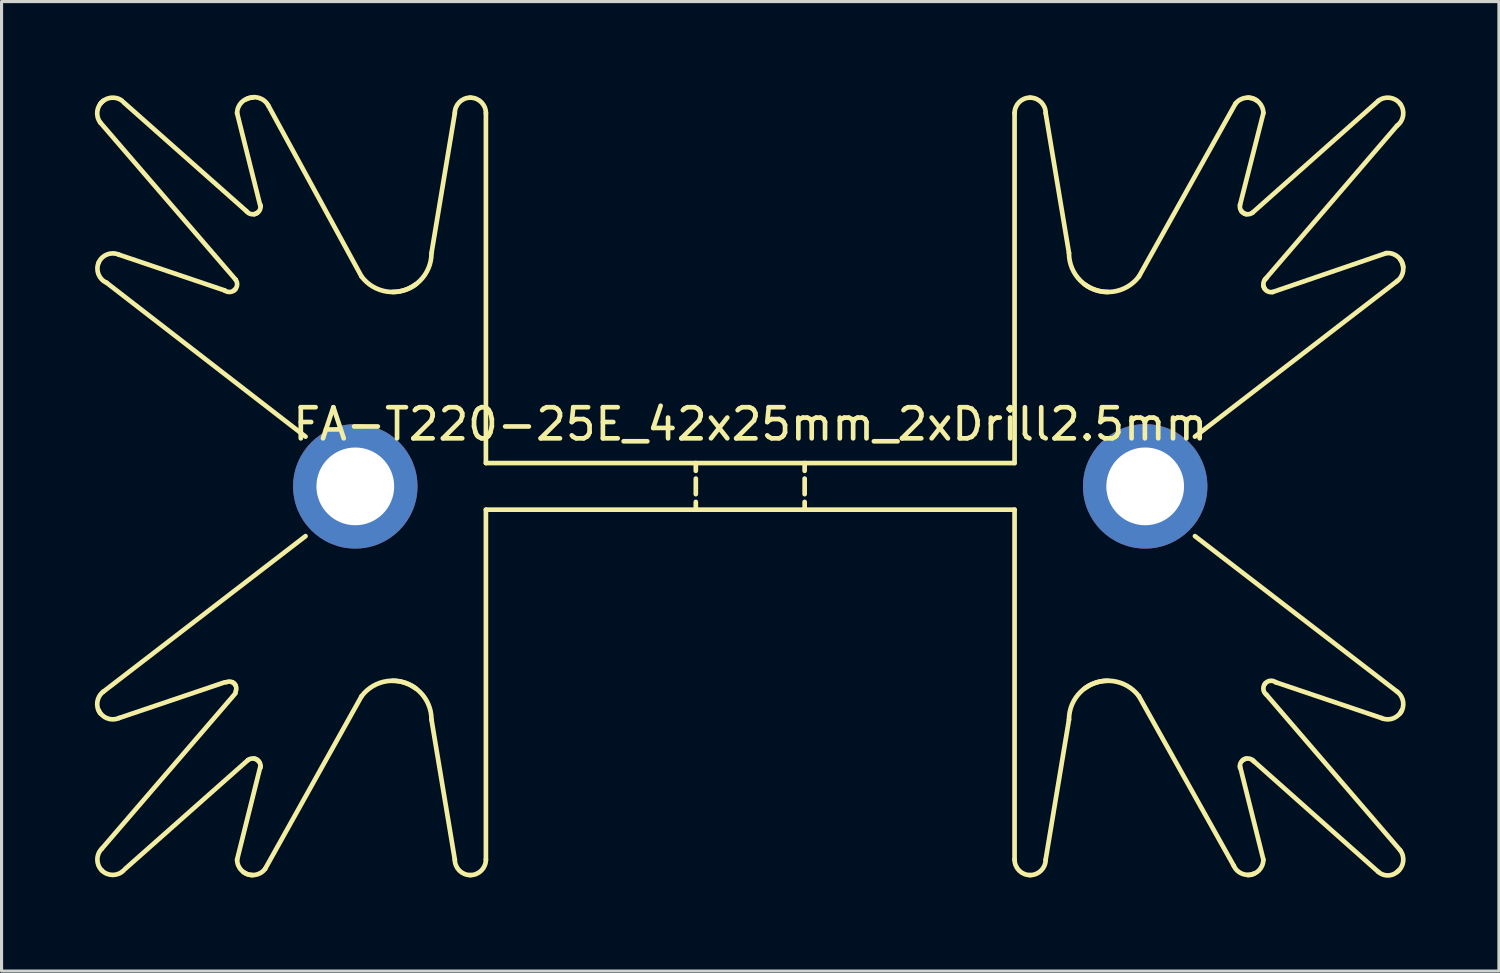
<source format=kicad_pcb>
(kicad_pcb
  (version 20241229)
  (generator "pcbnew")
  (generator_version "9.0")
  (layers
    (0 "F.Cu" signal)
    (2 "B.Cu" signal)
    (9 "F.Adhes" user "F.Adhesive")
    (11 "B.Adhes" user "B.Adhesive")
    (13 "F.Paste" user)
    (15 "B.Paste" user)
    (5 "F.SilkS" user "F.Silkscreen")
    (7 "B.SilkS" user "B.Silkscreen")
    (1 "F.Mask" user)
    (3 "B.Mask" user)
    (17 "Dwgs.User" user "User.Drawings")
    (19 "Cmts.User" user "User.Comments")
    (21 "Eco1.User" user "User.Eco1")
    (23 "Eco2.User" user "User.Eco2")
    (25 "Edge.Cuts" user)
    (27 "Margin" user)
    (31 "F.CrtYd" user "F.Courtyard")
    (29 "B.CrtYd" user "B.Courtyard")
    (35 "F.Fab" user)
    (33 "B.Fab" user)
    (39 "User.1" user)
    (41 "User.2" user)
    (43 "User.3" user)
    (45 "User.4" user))
  (footprint "FA-T220-25E_42x25mm_2xDrill2.5mm"
    (layer "F.Cu")
    (at 21.075 12.59)
    (property "Reference" "FA-T220-25E_42x25mm_2xDrill2.5mm" (at 0 -2 0) (layer "F.SilkS") (effects (font (size 1 1) (thickness 0.15))))
    (attr through_hole)
    (fp_line (start -20.85 11.65) (end -16.55 6.65) (stroke (width 0.15) (type solid)) (layer "F.SilkS"))
    (fp_line (start -20.8 6.6) (end -14.3 1.6) (stroke (width 0.15) (type solid)) (layer "F.SilkS"))
    (fp_line (start -20.7 -6.55) (end -14.3 -1.6) (stroke (width 0.15) (type solid)) (layer "F.SilkS"))
    (fp_line (start -20.3 7.45) (end -16.9 6.3) (stroke (width 0.15) (type solid)) (layer "F.SilkS"))
    (fp_line (start -20.1 12.3) (end -16.15 8.8) (stroke (width 0.15) (type solid)) (layer "F.SilkS"))
    (fp_line (start -16.9 -6.3) (end -20.3 -7.45) (stroke (width 0.15) (type solid)) (layer "F.SilkS"))
    (fp_line (start -16.55 -6.65) (end -20.9 -11.7) (stroke (width 0.15) (type solid)) (layer "F.SilkS"))
    (fp_line (start -16.5 12) (end -15.75 9) (stroke (width 0.15) (type solid)) (layer "F.SilkS"))
    (fp_line (start -16.2 -8.85) (end -20.15 -12.35) (stroke (width 0.15) (type solid)) (layer "F.SilkS"))
    (fp_line (start -15.75 -9) (end -16.5 -12) (stroke (width 0.15) (type solid)) (layer "F.SilkS"))
    (fp_line (start -15.6 12.3) (end -12.5 6.75) (stroke (width 0.15) (type solid)) (layer "F.SilkS"))
    (fp_line (start -15.5 -12.25) (end -12.5 -6.75) (stroke (width 0.15) (type solid)) (layer "F.SilkS"))
    (fp_line (start -10.25 7.5) (end -9.5 12) (stroke (width 0.15) (type solid)) (layer "F.SilkS"))
    (fp_line (start -9.5 -12) (end -10.25 -7.5) (stroke (width 0.15) (type solid)) (layer "F.SilkS"))
    (fp_line (start -8.5 -12) (end -8.5 -0.75) (stroke (width 0.15) (type solid)) (layer "F.SilkS"))
    (fp_line (start -8.5 -0.75) (end 8.5 -0.75) (stroke (width 0.15) (type solid)) (layer "F.SilkS"))
    (fp_line (start -8.5 12) (end -8.5 0.75) (stroke (width 0.15) (type solid)) (layer "F.SilkS"))
    (fp_line (start -1.75 -0.75) (end -1.75 -0.5) (stroke (width 0.15) (type solid)) (layer "F.SilkS"))
    (fp_line (start -1.75 -0.25) (end -1.75 0.25) (stroke (width 0.15) (type solid)) (layer "F.SilkS"))
    (fp_line (start -1.75 0.75) (end -1.75 0.5) (stroke (width 0.15) (type solid)) (layer "F.SilkS"))
    (fp_line (start 1.75 -0.75) (end 1.75 -0.5) (stroke (width 0.15) (type solid)) (layer "F.SilkS"))
    (fp_line (start 1.75 -0.25) (end 1.75 0.25) (stroke (width 0.15) (type solid)) (layer "F.SilkS"))
    (fp_line (start 1.75 0.5) (end 1.75 0.75) (stroke (width 0.15) (type solid)) (layer "F.SilkS"))
    (fp_line (start 8.5 -12) (end 8.5 -0.75) (stroke (width 0.15) (type solid)) (layer "F.SilkS"))
    (fp_line (start 8.5 0.75) (end -8.5 0.75) (stroke (width 0.15) (type solid)) (layer "F.SilkS"))
    (fp_line (start 8.5 12) (end 8.5 0.75) (stroke (width 0.15) (type solid)) (layer "F.SilkS"))
    (fp_line (start 9.5 -12) (end 10.25 -7.5) (stroke (width 0.15) (type solid)) (layer "F.SilkS"))
    (fp_line (start 10.25 7.5) (end 9.5 12) (stroke (width 0.15) (type solid)) (layer "F.SilkS"))
    (fp_line (start 12.5 -6.75) (end 15.6 -12.3) (stroke (width 0.15) (type solid)) (layer "F.SilkS"))
    (fp_line (start 15.55 12.2) (end 12.5 6.75) (stroke (width 0.15) (type solid)) (layer "F.SilkS"))
    (fp_line (start 16.15 -8.8) (end 20.2 -12.4) (stroke (width 0.15) (type solid)) (layer "F.SilkS"))
    (fp_line (start 16.15 8.8) (end 20.2 12.4) (stroke (width 0.15) (type solid)) (layer "F.SilkS"))
    (fp_line (start 16.5 -12) (end 15.75 -9.05) (stroke (width 0.15) (type solid)) (layer "F.SilkS"))
    (fp_line (start 16.5 12) (end 15.75 9) (stroke (width 0.15) (type solid)) (layer "F.SilkS"))
    (fp_line (start 16.55 -6.65) (end 20.8 -11.6) (stroke (width 0.15) (type solid)) (layer "F.SilkS"))
    (fp_line (start 16.6 6.7) (end 20.9 11.7) (stroke (width 0.15) (type solid)) (layer "F.SilkS"))
    (fp_line (start 16.8 -6.25) (end 20.45 -7.5) (stroke (width 0.15) (type solid)) (layer "F.SilkS"))
    (fp_line (start 16.9 6.3) (end 20.3 7.45) (stroke (width 0.15) (type solid)) (layer "F.SilkS"))
    (fp_line (start 20.8 -6.6) (end 14.3 -1.6) (stroke (width 0.15) (type solid)) (layer "F.SilkS"))
    (fp_line (start 20.8 6.6) (end 14.3 1.6) (stroke (width 0.15) (type solid)) (layer "F.SilkS"))
    (fp_arc (start -20.95 -7.2) (mid -20.676777 -7.459619) (end -20.3 -7.45) (stroke (width 0.15) (type solid)) (layer "F.SilkS"))
    (fp_arc (start -20.9 -12.3) (mid -20.570711 -12.494975) (end -20.2 -12.4) (stroke (width 0.15) (type solid)) (layer "F.SilkS"))
    (fp_arc (start -20.9 -11.7) (mid -20.994975 -12.070711) (end -20.8 -12.4) (stroke (width 0.15) (type solid)) (layer "F.SilkS"))
    (fp_arc (start -20.9 7.3) (mid -20.994975 6.929289) (end -20.8 6.6) (stroke (width 0.15) (type solid)) (layer "F.SilkS"))
    (fp_arc (start -20.85 12.35) (mid -20.994975 12) (end -20.85 11.65) (stroke (width 0.15) (type solid)) (layer "F.SilkS"))
    (fp_arc (start -20.7 -6.55) (mid -20.959619 -6.823223) (end -20.95 -7.2) (stroke (width 0.15) (type solid)) (layer "F.SilkS"))
    (fp_arc (start -20.3 7.45) (mid -20.676777 7.459619) (end -20.95 7.2) (stroke (width 0.15) (type solid)) (layer "F.SilkS"))
    (fp_arc (start -20.15 12.35) (mid -20.5 12.494975) (end -20.85 12.35) (stroke (width 0.15) (type solid)) (layer "F.SilkS"))
    (fp_arc (start -16.85 6.3) (mid -16.679289 6.287868) (end -16.55 6.4) (stroke (width 0.15) (type solid)) (layer "F.SilkS"))
    (fp_arc (start -16.65 6.3) (mid -16.537868 6.429289) (end -16.55 6.6) (stroke (width 0.15) (type solid)) (layer "F.SilkS"))
    (fp_arc (start -16.55 -6.65) (mid -16.502513 -6.464645) (end -16.6 -6.3) (stroke (width 0.15) (type solid)) (layer "F.SilkS"))
    (fp_arc (start -16.55 -6.35) (mid -16.714645 -6.252513) (end -16.9 -6.3) (stroke (width 0.15) (type solid)) (layer "F.SilkS"))
    (fp_arc (start -16.5 -12) (mid -16.353553 -12.353553) (end -16 -12.5) (stroke (width 0.15) (type solid)) (layer "F.SilkS"))
    (fp_arc (start -16.2 -12.45) (mid -15.808579 -12.494975) (end -15.5 -12.25) (stroke (width 0.15) (type solid)) (layer "F.SilkS"))
    (fp_arc (start -16.15 8.8) (mid -15.964645 8.752513) (end -15.8 8.85) (stroke (width 0.15) (type solid)) (layer "F.SilkS"))
    (fp_arc (start -16 12.5) (mid -16.353553 12.353553) (end -16.5 12) (stroke (width 0.15) (type solid)) (layer "F.SilkS"))
    (fp_arc (start -15.95 8.75) (mid -15.787868 8.858579) (end -15.75 9.05) (stroke (width 0.15) (type solid)) (layer "F.SilkS"))
    (fp_arc (start -15.85 -8.8) (mid -16.035355 -8.752513) (end -16.2 -8.85) (stroke (width 0.15) (type solid)) (layer "F.SilkS"))
    (fp_arc (start -15.75 -9.05) (mid -15.787868 -8.858579) (end -15.95 -8.75) (stroke (width 0.15) (type solid)) (layer "F.SilkS"))
    (fp_arc (start -15.6 12.3) (mid -15.929289 12.494975) (end -16.3 12.4) (stroke (width 0.15) (type solid)) (layer "F.SilkS"))
    (fp_arc (start -12.5 6.75) (mid -11.676777 6.262563) (end -10.75 6.5) (stroke (width 0.15) (type solid)) (layer "F.SilkS"))
    (fp_arc (start -11.5 6.25) (mid -10.616117 6.616117) (end -10.25 7.5) (stroke (width 0.15) (type solid)) (layer "F.SilkS"))
    (fp_arc (start -10.75 -6.5) (mid -11.676777 -6.262563) (end -12.5 -6.75) (stroke (width 0.15) (type solid)) (layer "F.SilkS"))
    (fp_arc (start -10.25 -7.5) (mid -10.616117 -6.616117) (end -11.5 -6.25) (stroke (width 0.15) (type solid)) (layer "F.SilkS"))
    (fp_arc (start -9.5 -12) (mid -9.353553 -12.353553) (end -9 -12.5) (stroke (width 0.15) (type solid)) (layer "F.SilkS"))
    (fp_arc (start -9 -12.5) (mid -8.646447 -12.353553) (end -8.5 -12) (stroke (width 0.15) (type solid)) (layer "F.SilkS"))
    (fp_arc (start -9 12.5) (mid -9.353553 12.353553) (end -9.5 12) (stroke (width 0.15) (type solid)) (layer "F.SilkS"))
    (fp_arc (start -8.5 12) (mid -8.646447 12.353553) (end -9 12.5) (stroke (width 0.15) (type solid)) (layer "F.SilkS"))
    (fp_arc (start 8.5 -12) (mid 8.646447 -12.353553) (end 9 -12.5) (stroke (width 0.15) (type solid)) (layer "F.SilkS"))
    (fp_arc (start 9 -12.5) (mid 9.353553 -12.353553) (end 9.5 -12) (stroke (width 0.15) (type solid)) (layer "F.SilkS"))
    (fp_arc (start 9 12.5) (mid 8.646447 12.353553) (end 8.5 12) (stroke (width 0.15) (type solid)) (layer "F.SilkS"))
    (fp_arc (start 9.5 12) (mid 9.353553 12.353553) (end 9 12.5) (stroke (width 0.15) (type solid)) (layer "F.SilkS"))
    (fp_arc (start 10.25 7.5) (mid 10.616117 6.616117) (end 11.5 6.25) (stroke (width 0.15) (type solid)) (layer "F.SilkS"))
    (fp_arc (start 10.75 6.5) (mid 11.676777 6.262563) (end 12.5 6.75) (stroke (width 0.15) (type solid)) (layer "F.SilkS"))
    (fp_arc (start 11.5 -6.25) (mid 10.616117 -6.616117) (end 10.25 -7.5) (stroke (width 0.15) (type solid)) (layer "F.SilkS"))
    (fp_arc (start 12.5 -6.75) (mid 11.676777 -6.262563) (end 10.75 -6.5) (stroke (width 0.15) (type solid)) (layer "F.SilkS"))
    (fp_arc (start 15.6 -12.3) (mid 15.929289 -12.494975) (end 16.3 -12.4) (stroke (width 0.15) (type solid)) (layer "F.SilkS"))
    (fp_arc (start 15.75 9.05) (mid 15.787868 8.858579) (end 15.95 8.75) (stroke (width 0.15) (type solid)) (layer "F.SilkS"))
    (fp_arc (start 15.85 8.8) (mid 16.035355 8.752513) (end 16.2 8.85) (stroke (width 0.15) (type solid)) (layer "F.SilkS"))
    (fp_arc (start 15.95 -8.75) (mid 15.787868 -8.858579) (end 15.75 -9.05) (stroke (width 0.15) (type solid)) (layer "F.SilkS"))
    (fp_arc (start 16 -12.5) (mid 16.353553 -12.353553) (end 16.5 -12) (stroke (width 0.15) (type solid)) (layer "F.SilkS"))
    (fp_arc (start 16.15 -8.8) (mid 15.964645 -8.752513) (end 15.8 -8.85) (stroke (width 0.15) (type solid)) (layer "F.SilkS"))
    (fp_arc (start 16.2 12.45) (mid 15.823223 12.459619) (end 15.55 12.2) (stroke (width 0.15) (type solid)) (layer "F.SilkS"))
    (fp_arc (start 16.5 12) (mid 16.353553 12.353553) (end 16 12.5) (stroke (width 0.15) (type solid)) (layer "F.SilkS"))
    (fp_arc (start 16.55 -6.35) (mid 16.502513 -6.535355) (end 16.6 -6.7) (stroke (width 0.15) (type solid)) (layer "F.SilkS"))
    (fp_arc (start 16.55 6.35) (mid 16.714645 6.252513) (end 16.9 6.3) (stroke (width 0.15) (type solid)) (layer "F.SilkS"))
    (fp_arc (start 16.6 6.7) (mid 16.502513 6.535355) (end 16.55 6.35) (stroke (width 0.15) (type solid)) (layer "F.SilkS"))
    (fp_arc (start 16.8 -6.25) (mid 16.608579 -6.287868) (end 16.5 -6.45) (stroke (width 0.15) (type solid)) (layer "F.SilkS"))
    (fp_arc (start 20.2 -12.4) (mid 20.570711 -12.494975) (end 20.9 -12.3) (stroke (width 0.15) (type solid)) (layer "F.SilkS"))
    (fp_arc (start 20.45 -7.5) (mid 20.818198 -7.388909) (end 21 -7.05) (stroke (width 0.15) (type solid)) (layer "F.SilkS"))
    (fp_arc (start 20.8 6.6) (mid 20.994975 6.929289) (end 20.9 7.3) (stroke (width 0.15) (type solid)) (layer "F.SilkS"))
    (fp_arc (start 20.85 12.35) (mid 20.535355 12.509619) (end 20.2 12.4) (stroke (width 0.15) (type solid)) (layer "F.SilkS"))
    (fp_arc (start 20.9 -12.3) (mid 20.994975 -11.929289) (end 20.8 -11.6) (stroke (width 0.15) (type solid)) (layer "F.SilkS"))
    (fp_arc (start 20.9 -7.3) (mid 20.994975 -6.929289) (end 20.8 -6.6) (stroke (width 0.15) (type solid)) (layer "F.SilkS"))
    (fp_arc (start 20.9 11.7) (mid 20.994975 12.070711) (end 20.8 12.4) (stroke (width 0.15) (type solid)) (layer "F.SilkS"))
    (fp_arc (start 20.95 7.2) (mid 20.676777 7.459619) (end 20.3 7.45) (stroke (width 0.15) (type solid)) (layer "F.SilkS"))
    (pad "1" thru_hole circle (at -12.7 0) (size 4 4) (drill 2.5) (layers "*.Cu" "*.Mask"))
    (pad "1" thru_hole circle (at 12.7 0) (size 4 4) (drill 2.5) (layers "*.Cu" "*.Mask")))
  (gr_rect
    (start -3 -3)
    (end 45.15 28.176)
    (stroke (width 0.1) (type default))
    (fill no)
    (layer "Edge.Cuts")))
</source>
